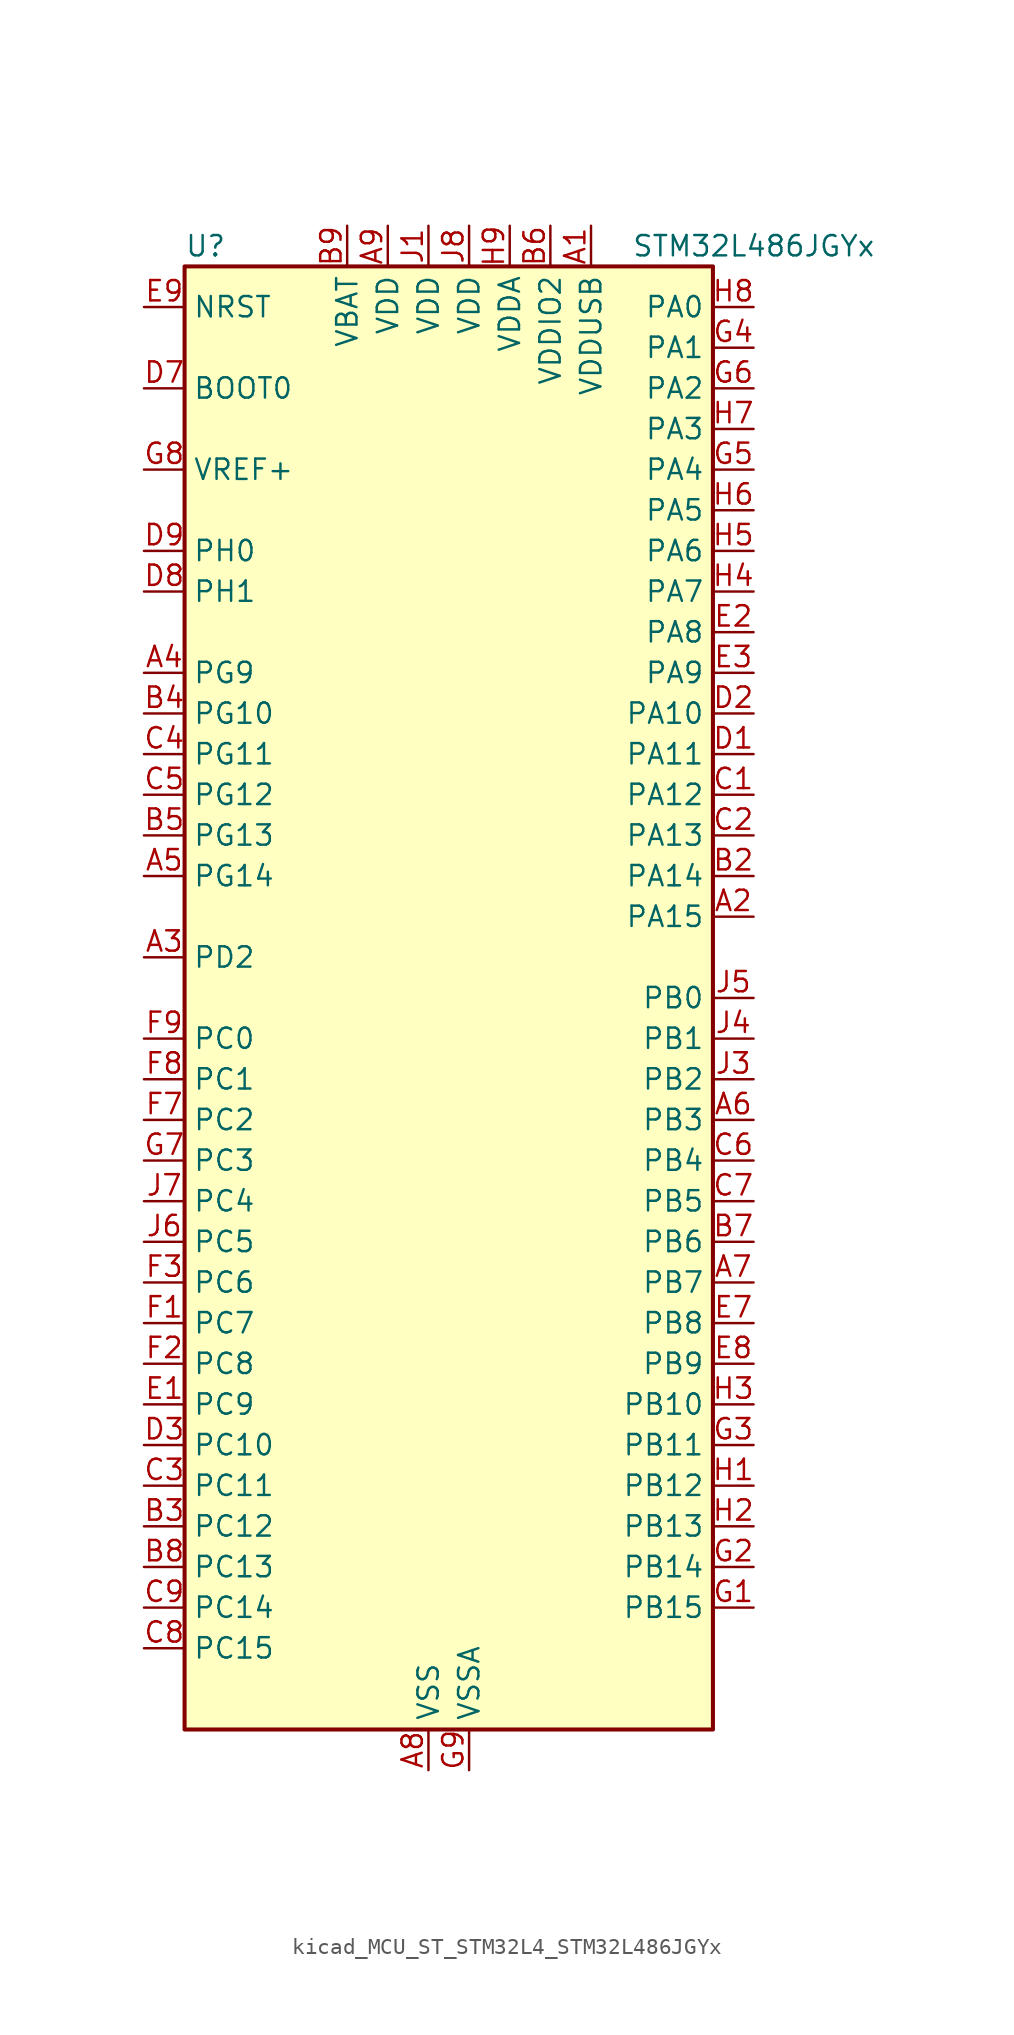
<source format=kicad_sym>
(kicad_symbol_lib
  (version 20220914)
  (generator kicad_symbol_editor)
  (symbol "kicad_MCU_ST_STM32L4_STM32L486JGYx"
    (property "Reference" "U"
      (at -15.24 46.99 0)
      (effects (font (size 1.27 1.27)) (justify left)))
    (property "Value" "STM32L486JGYx"
      (at 12.7 46.99 0)
      (effects (font (size 1.27 1.27)) (justify left)))
    (property "ki_locked" ""
      (at 0 0 0)
      (effects (font (size 1.27 1.27))))
    (symbol "kicad_MCU_ST_STM32L4_STM32L486JGYx_0_1"
      (rectangle (start -15.24 -45.72) (end 17.78 45.72) (stroke (width 0.254) (type default)) (fill (type background))))
    (symbol "kicad_MCU_ST_STM32L4_STM32L486JGYx_1_1"
      (pin power_in line (at 10.16 48.26 270) (length 2.54) (name "VDDUSB" (effects (font (size 1.27 1.27)))) (number "A1" (effects (font (size 1.27 1.27)))))
      (pin bidirectional line (at 20.32 5.08 180) (length 2.54) (name "PA15" (effects (font (size 1.27 1.27)))) (number "A2" (effects (font (size 1.27 1.27)))) (alternate "ADC1_EXTI15" bidirectional line) (alternate "ADC2_EXTI15" bidirectional line) (alternate "ADC3_EXTI15" bidirectional line) (alternate "LCD_SEG17" bidirectional line) (alternate "SAI2_FS_B" bidirectional line) (alternate "SPI1_NSS" bidirectional line) (alternate "SPI3_NSS" bidirectional line) (alternate "SYS_JTDI" bidirectional line) (alternate "TIM2_CH1" bidirectional line) (alternate "TIM2_ETR" bidirectional line) (alternate "TSC_G3_IO1" bidirectional line) (alternate "UART4_DE" bidirectional line) (alternate "UART4_RTS" bidirectional line))
      (pin bidirectional line (at -17.78 2.54 0) (length 2.54) (name "PD2" (effects (font (size 1.27 1.27)))) (number "A3" (effects (font (size 1.27 1.27)))) (alternate "LCD_COM7" bidirectional line) (alternate "LCD_SEG31" bidirectional line) (alternate "LCD_SEG43" bidirectional line) (alternate "SDMMC1_CMD" bidirectional line) (alternate "TIM3_ETR" bidirectional line) (alternate "TSC_SYNC" bidirectional line) (alternate "UART5_RX" bidirectional line) (alternate "USART3_DE" bidirectional line) (alternate "USART3_RTS" bidirectional line))
      (pin bidirectional line (at -17.78 20.32 0) (length 2.54) (name "PG9" (effects (font (size 1.27 1.27)))) (number "A4" (effects (font (size 1.27 1.27)))) (alternate "DAC1_EXTI9" bidirectional line) (alternate "SAI2_SCK_A" bidirectional line) (alternate "SPI3_SCK" bidirectional line) (alternate "TIM15_CH1N" bidirectional line) (alternate "USART1_TX" bidirectional line))
      (pin bidirectional line (at -17.78 7.62 0) (length 2.54) (name "PG14" (effects (font (size 1.27 1.27)))) (number "A5" (effects (font (size 1.27 1.27)))) (alternate "I2C1_SCL" bidirectional line))
      (pin bidirectional line (at 20.32 -7.62 180) (length 2.54) (name "PB3" (effects (font (size 1.27 1.27)))) (number "A6" (effects (font (size 1.27 1.27)))) (alternate "COMP2_INM" bidirectional line) (alternate "LCD_SEG7" bidirectional line) (alternate "SAI1_SCK_B" bidirectional line) (alternate "SPI1_SCK" bidirectional line) (alternate "SPI3_SCK" bidirectional line) (alternate "SYS_JTDO-SWO" bidirectional line) (alternate "TIM2_CH2" bidirectional line) (alternate "USART1_DE" bidirectional line) (alternate "USART1_RTS" bidirectional line))
      (pin bidirectional line (at 20.32 -17.78 180) (length 2.54) (name "PB7" (effects (font (size 1.27 1.27)))) (number "A7" (effects (font (size 1.27 1.27)))) (alternate "COMP2_INM" bidirectional line) (alternate "DFSDM1_CKIN5" bidirectional line) (alternate "I2C1_SDA" bidirectional line) (alternate "LCD_SEG21" bidirectional line) (alternate "LPTIM1_IN2" bidirectional line) (alternate "SYS_PVD_IN" bidirectional line) (alternate "TIM17_CH1N" bidirectional line) (alternate "TIM4_CH2" bidirectional line) (alternate "TIM8_BKIN" bidirectional line) (alternate "TIM8_BKIN_COMP1" bidirectional line) (alternate "TSC_G2_IO4" bidirectional line) (alternate "UART4_CTS" bidirectional line) (alternate "USART1_RX" bidirectional line))
      (pin power_in line (at 0 -48.26 90) (length 2.54) (name "VSS" (effects (font (size 1.27 1.27)))) (number "A8" (effects (font (size 1.27 1.27)))))
      (pin power_in line (at -2.54 48.26 270) (length 2.54) (name "VDD" (effects (font (size 1.27 1.27)))) (number "A9" (effects (font (size 1.27 1.27)))))
      (pin passive line (at 0 -48.26 90) (length 2.54) hide (name "VSS" (effects (font (size 1.27 1.27)))) (number "B1" (effects (font (size 1.27 1.27)))))
      (pin bidirectional line (at 20.32 7.62 180) (length 2.54) (name "PA14" (effects (font (size 1.27 1.27)))) (number "B2" (effects (font (size 1.27 1.27)))) (alternate "SYS_JTCK-SWCLK" bidirectional line))
      (pin bidirectional line (at -17.78 -33.02 0) (length 2.54) (name "PC12" (effects (font (size 1.27 1.27)))) (number "B3" (effects (font (size 1.27 1.27)))) (alternate "LCD_COM6" bidirectional line) (alternate "LCD_SEG30" bidirectional line) (alternate "LCD_SEG42" bidirectional line) (alternate "SAI2_SD_B" bidirectional line) (alternate "SDMMC1_CK" bidirectional line) (alternate "SPI3_MOSI" bidirectional line) (alternate "TSC_G3_IO4" bidirectional line) (alternate "UART5_TX" bidirectional line) (alternate "USART3_CK" bidirectional line))
      (pin bidirectional line (at -17.78 17.78 0) (length 2.54) (name "PG10" (effects (font (size 1.27 1.27)))) (number "B4" (effects (font (size 1.27 1.27)))) (alternate "LPTIM1_IN1" bidirectional line) (alternate "SAI2_FS_A" bidirectional line) (alternate "SPI3_MISO" bidirectional line) (alternate "TIM15_CH1" bidirectional line) (alternate "USART1_RX" bidirectional line))
      (pin bidirectional line (at -17.78 10.16 0) (length 2.54) (name "PG13" (effects (font (size 1.27 1.27)))) (number "B5" (effects (font (size 1.27 1.27)))) (alternate "I2C1_SDA" bidirectional line) (alternate "USART1_CK" bidirectional line))
      (pin power_in line (at 7.62 48.26 270) (length 2.54) (name "VDDIO2" (effects (font (size 1.27 1.27)))) (number "B6" (effects (font (size 1.27 1.27)))))
      (pin bidirectional line (at 20.32 -15.24 180) (length 2.54) (name "PB6" (effects (font (size 1.27 1.27)))) (number "B7" (effects (font (size 1.27 1.27)))) (alternate "COMP2_INP" bidirectional line) (alternate "DFSDM1_DATIN5" bidirectional line) (alternate "I2C1_SCL" bidirectional line) (alternate "LPTIM1_ETR" bidirectional line) (alternate "SAI1_FS_B" bidirectional line) (alternate "TIM16_CH1N" bidirectional line) (alternate "TIM4_CH1" bidirectional line) (alternate "TIM8_BKIN2" bidirectional line) (alternate "TIM8_BKIN2_COMP2" bidirectional line) (alternate "TSC_G2_IO3" bidirectional line) (alternate "USART1_TX" bidirectional line))
      (pin bidirectional line (at -17.78 -35.56 0) (length 2.54) (name "PC13" (effects (font (size 1.27 1.27)))) (number "B8" (effects (font (size 1.27 1.27)))) (alternate "RTC_OUT_ALARM" bidirectional line) (alternate "RTC_OUT_CALIB" bidirectional line) (alternate "RTC_TAMP1" bidirectional line) (alternate "RTC_TS" bidirectional line) (alternate "SYS_WKUP2" bidirectional line))
      (pin power_in line (at -5.08 48.26 270) (length 2.54) (name "VBAT" (effects (font (size 1.27 1.27)))) (number "B9" (effects (font (size 1.27 1.27)))))
      (pin bidirectional line (at 20.32 12.7 180) (length 2.54) (name "PA12" (effects (font (size 1.27 1.27)))) (number "C1" (effects (font (size 1.27 1.27)))) (alternate "CAN1_TX" bidirectional line) (alternate "TIM1_ETR" bidirectional line) (alternate "USART1_DE" bidirectional line) (alternate "USART1_RTS" bidirectional line) (alternate "USB_OTG_FS_DP" bidirectional line))
      (pin bidirectional line (at 20.32 10.16 180) (length 2.54) (name "PA13" (effects (font (size 1.27 1.27)))) (number "C2" (effects (font (size 1.27 1.27)))) (alternate "IR_OUT" bidirectional line) (alternate "SYS_JTMS-SWDIO" bidirectional line) (alternate "USB_OTG_FS_NOE" bidirectional line))
      (pin bidirectional line (at -17.78 -30.48 0) (length 2.54) (name "PC11" (effects (font (size 1.27 1.27)))) (number "C3" (effects (font (size 1.27 1.27)))) (alternate "ADC1_EXTI11" bidirectional line) (alternate "ADC2_EXTI11" bidirectional line) (alternate "ADC3_EXTI11" bidirectional line) (alternate "LCD_COM5" bidirectional line) (alternate "LCD_SEG29" bidirectional line) (alternate "LCD_SEG41" bidirectional line) (alternate "SAI2_MCLK_B" bidirectional line) (alternate "SDMMC1_D3" bidirectional line) (alternate "SPI3_MISO" bidirectional line) (alternate "TSC_G3_IO3" bidirectional line) (alternate "UART4_RX" bidirectional line) (alternate "USART3_RX" bidirectional line))
      (pin bidirectional line (at -17.78 15.24 0) (length 2.54) (name "PG11" (effects (font (size 1.27 1.27)))) (number "C4" (effects (font (size 1.27 1.27)))) (alternate "ADC1_EXTI11" bidirectional line) (alternate "ADC2_EXTI11" bidirectional line) (alternate "ADC3_EXTI11" bidirectional line) (alternate "LPTIM1_IN2" bidirectional line) (alternate "SAI2_MCLK_A" bidirectional line) (alternate "SPI3_MOSI" bidirectional line) (alternate "TIM15_CH2" bidirectional line) (alternate "USART1_CTS" bidirectional line))
      (pin bidirectional line (at -17.78 12.7 0) (length 2.54) (name "PG12" (effects (font (size 1.27 1.27)))) (number "C5" (effects (font (size 1.27 1.27)))) (alternate "LPTIM1_ETR" bidirectional line) (alternate "SAI2_SD_A" bidirectional line) (alternate "SPI3_NSS" bidirectional line) (alternate "USART1_DE" bidirectional line) (alternate "USART1_RTS" bidirectional line))
      (pin bidirectional line (at 20.32 -10.16 180) (length 2.54) (name "PB4" (effects (font (size 1.27 1.27)))) (number "C6" (effects (font (size 1.27 1.27)))) (alternate "COMP2_INP" bidirectional line) (alternate "LCD_SEG8" bidirectional line) (alternate "SAI1_MCLK_B" bidirectional line) (alternate "SPI1_MISO" bidirectional line) (alternate "SPI3_MISO" bidirectional line) (alternate "SYS_JTRST" bidirectional line) (alternate "TIM17_BKIN" bidirectional line) (alternate "TIM3_CH1" bidirectional line) (alternate "TSC_G2_IO1" bidirectional line) (alternate "UART5_DE" bidirectional line) (alternate "UART5_RTS" bidirectional line) (alternate "USART1_CTS" bidirectional line))
      (pin bidirectional line (at 20.32 -12.7 180) (length 2.54) (name "PB5" (effects (font (size 1.27 1.27)))) (number "C7" (effects (font (size 1.27 1.27)))) (alternate "COMP2_OUT" bidirectional line) (alternate "I2C1_SMBA" bidirectional line) (alternate "LCD_SEG9" bidirectional line) (alternate "LPTIM1_IN1" bidirectional line) (alternate "SAI1_SD_B" bidirectional line) (alternate "SPI1_MOSI" bidirectional line) (alternate "SPI3_MOSI" bidirectional line) (alternate "TIM16_BKIN" bidirectional line) (alternate "TIM3_CH2" bidirectional line) (alternate "TSC_G2_IO2" bidirectional line) (alternate "UART5_CTS" bidirectional line) (alternate "USART1_CK" bidirectional line))
      (pin bidirectional line (at -17.78 -40.64 0) (length 2.54) (name "PC15" (effects (font (size 1.27 1.27)))) (number "C8" (effects (font (size 1.27 1.27)))) (alternate "ADC1_EXTI15" bidirectional line) (alternate "ADC2_EXTI15" bidirectional line) (alternate "ADC3_EXTI15" bidirectional line) (alternate "RCC_OSC32_OUT" bidirectional line))
      (pin bidirectional line (at -17.78 -38.1 0) (length 2.54) (name "PC14" (effects (font (size 1.27 1.27)))) (number "C9" (effects (font (size 1.27 1.27)))) (alternate "RCC_OSC32_IN" bidirectional line))
      (pin bidirectional line (at 20.32 15.24 180) (length 2.54) (name "PA11" (effects (font (size 1.27 1.27)))) (number "D1" (effects (font (size 1.27 1.27)))) (alternate "ADC1_EXTI11" bidirectional line) (alternate "ADC2_EXTI11" bidirectional line) (alternate "ADC3_EXTI11" bidirectional line) (alternate "CAN1_RX" bidirectional line) (alternate "TIM1_BKIN2" bidirectional line) (alternate "TIM1_BKIN2_COMP1" bidirectional line) (alternate "TIM1_CH4" bidirectional line) (alternate "USART1_CTS" bidirectional line) (alternate "USB_OTG_FS_DM" bidirectional line))
      (pin bidirectional line (at 20.32 17.78 180) (length 2.54) (name "PA10" (effects (font (size 1.27 1.27)))) (number "D2" (effects (font (size 1.27 1.27)))) (alternate "LCD_COM2" bidirectional line) (alternate "TIM17_BKIN" bidirectional line) (alternate "TIM1_CH3" bidirectional line) (alternate "USART1_RX" bidirectional line) (alternate "USB_OTG_FS_ID" bidirectional line))
      (pin bidirectional line (at -17.78 -27.94 0) (length 2.54) (name "PC10" (effects (font (size 1.27 1.27)))) (number "D3" (effects (font (size 1.27 1.27)))) (alternate "LCD_COM4" bidirectional line) (alternate "LCD_SEG28" bidirectional line) (alternate "LCD_SEG40" bidirectional line) (alternate "SAI2_SCK_B" bidirectional line) (alternate "SDMMC1_D2" bidirectional line) (alternate "SPI3_SCK" bidirectional line) (alternate "TSC_G3_IO2" bidirectional line) (alternate "UART4_TX" bidirectional line) (alternate "USART3_TX" bidirectional line))
      (pin input line (at -17.78 38.1 0) (length 2.54) (name "BOOT0" (effects (font (size 1.27 1.27)))) (number "D7" (effects (font (size 1.27 1.27)))))
      (pin bidirectional line (at -17.78 25.4 0) (length 2.54) (name "PH1" (effects (font (size 1.27 1.27)))) (number "D8" (effects (font (size 1.27 1.27)))) (alternate "RCC_OSC_OUT" bidirectional line))
      (pin bidirectional line (at -17.78 27.94 0) (length 2.54) (name "PH0" (effects (font (size 1.27 1.27)))) (number "D9" (effects (font (size 1.27 1.27)))) (alternate "RCC_OSC_IN" bidirectional line))
      (pin bidirectional line (at -17.78 -25.4 0) (length 2.54) (name "PC9" (effects (font (size 1.27 1.27)))) (number "E1" (effects (font (size 1.27 1.27)))) (alternate "DAC1_EXTI9" bidirectional line) (alternate "LCD_SEG27" bidirectional line) (alternate "SAI2_EXTCLK" bidirectional line) (alternate "SDMMC1_D1" bidirectional line) (alternate "TIM3_CH4" bidirectional line) (alternate "TIM8_BKIN2" bidirectional line) (alternate "TIM8_BKIN2_COMP1" bidirectional line) (alternate "TIM8_CH4" bidirectional line) (alternate "TSC_G4_IO4" bidirectional line) (alternate "USB_OTG_FS_NOE" bidirectional line))
      (pin bidirectional line (at 20.32 22.86 180) (length 2.54) (name "PA8" (effects (font (size 1.27 1.27)))) (number "E2" (effects (font (size 1.27 1.27)))) (alternate "LCD_COM0" bidirectional line) (alternate "LPTIM2_OUT" bidirectional line) (alternate "RCC_MCO" bidirectional line) (alternate "TIM1_CH1" bidirectional line) (alternate "USART1_CK" bidirectional line) (alternate "USB_OTG_FS_SOF" bidirectional line))
      (pin bidirectional line (at 20.32 20.32 180) (length 2.54) (name "PA9" (effects (font (size 1.27 1.27)))) (number "E3" (effects (font (size 1.27 1.27)))) (alternate "DAC1_EXTI9" bidirectional line) (alternate "LCD_COM1" bidirectional line) (alternate "TIM15_BKIN" bidirectional line) (alternate "TIM1_CH2" bidirectional line) (alternate "USART1_TX" bidirectional line) (alternate "USB_OTG_FS_VBUS" bidirectional line))
      (pin bidirectional line (at 20.32 -20.32 180) (length 2.54) (name "PB8" (effects (font (size 1.27 1.27)))) (number "E7" (effects (font (size 1.27 1.27)))) (alternate "CAN1_RX" bidirectional line) (alternate "DFSDM1_DATIN6" bidirectional line) (alternate "I2C1_SCL" bidirectional line) (alternate "LCD_SEG16" bidirectional line) (alternate "SAI1_MCLK_A" bidirectional line) (alternate "SDMMC1_D4" bidirectional line) (alternate "TIM16_CH1" bidirectional line) (alternate "TIM4_CH3" bidirectional line))
      (pin bidirectional line (at 20.32 -22.86 180) (length 2.54) (name "PB9" (effects (font (size 1.27 1.27)))) (number "E8" (effects (font (size 1.27 1.27)))) (alternate "CAN1_TX" bidirectional line) (alternate "DAC1_EXTI9" bidirectional line) (alternate "DFSDM1_CKIN6" bidirectional line) (alternate "I2C1_SDA" bidirectional line) (alternate "IR_OUT" bidirectional line) (alternate "LCD_COM3" bidirectional line) (alternate "SAI1_FS_A" bidirectional line) (alternate "SDMMC1_D5" bidirectional line) (alternate "SPI2_NSS" bidirectional line) (alternate "TIM17_CH1" bidirectional line) (alternate "TIM4_CH4" bidirectional line))
      (pin input line (at -17.78 43.18 0) (length 2.54) (name "NRST" (effects (font (size 1.27 1.27)))) (number "E9" (effects (font (size 1.27 1.27)))))
      (pin bidirectional line (at -17.78 -20.32 0) (length 2.54) (name "PC7" (effects (font (size 1.27 1.27)))) (number "F1" (effects (font (size 1.27 1.27)))) (alternate "DFSDM1_DATIN3" bidirectional line) (alternate "LCD_SEG25" bidirectional line) (alternate "SAI2_MCLK_B" bidirectional line) (alternate "SDMMC1_D7" bidirectional line) (alternate "TIM3_CH2" bidirectional line) (alternate "TIM8_CH2" bidirectional line) (alternate "TSC_G4_IO2" bidirectional line))
      (pin bidirectional line (at -17.78 -22.86 0) (length 2.54) (name "PC8" (effects (font (size 1.27 1.27)))) (number "F2" (effects (font (size 1.27 1.27)))) (alternate "LCD_SEG26" bidirectional line) (alternate "SDMMC1_D0" bidirectional line) (alternate "TIM3_CH3" bidirectional line) (alternate "TIM8_CH3" bidirectional line) (alternate "TSC_G4_IO3" bidirectional line))
      (pin bidirectional line (at -17.78 -17.78 0) (length 2.54) (name "PC6" (effects (font (size 1.27 1.27)))) (number "F3" (effects (font (size 1.27 1.27)))) (alternate "DFSDM1_CKIN3" bidirectional line) (alternate "LCD_SEG24" bidirectional line) (alternate "SAI2_MCLK_A" bidirectional line) (alternate "SDMMC1_D6" bidirectional line) (alternate "TIM3_CH1" bidirectional line) (alternate "TIM8_CH1" bidirectional line) (alternate "TSC_G4_IO1" bidirectional line))
      (pin bidirectional line (at -17.78 -7.62 0) (length 2.54) (name "PC2" (effects (font (size 1.27 1.27)))) (number "F7" (effects (font (size 1.27 1.27)))) (alternate "ADC1_IN3" bidirectional line) (alternate "ADC2_IN3" bidirectional line) (alternate "ADC3_IN3" bidirectional line) (alternate "DFSDM1_CKOUT" bidirectional line) (alternate "LCD_SEG20" bidirectional line) (alternate "LPTIM1_IN2" bidirectional line) (alternate "SPI2_MISO" bidirectional line))
      (pin bidirectional line (at -17.78 -5.08 0) (length 2.54) (name "PC1" (effects (font (size 1.27 1.27)))) (number "F8" (effects (font (size 1.27 1.27)))) (alternate "ADC1_IN2" bidirectional line) (alternate "ADC2_IN2" bidirectional line) (alternate "ADC3_IN2" bidirectional line) (alternate "DFSDM1_CKIN4" bidirectional line) (alternate "I2C3_SDA" bidirectional line) (alternate "LCD_SEG19" bidirectional line) (alternate "LPTIM1_OUT" bidirectional line) (alternate "LPUART1_TX" bidirectional line))
      (pin bidirectional line (at -17.78 -2.54 0) (length 2.54) (name "PC0" (effects (font (size 1.27 1.27)))) (number "F9" (effects (font (size 1.27 1.27)))) (alternate "ADC1_IN1" bidirectional line) (alternate "ADC2_IN1" bidirectional line) (alternate "ADC3_IN1" bidirectional line) (alternate "DFSDM1_DATIN4" bidirectional line) (alternate "I2C3_SCL" bidirectional line) (alternate "LCD_SEG18" bidirectional line) (alternate "LPTIM1_IN1" bidirectional line) (alternate "LPTIM2_IN1" bidirectional line) (alternate "LPUART1_RX" bidirectional line))
      (pin bidirectional line (at 20.32 -38.1 180) (length 2.54) (name "PB15" (effects (font (size 1.27 1.27)))) (number "G1" (effects (font (size 1.27 1.27)))) (alternate "ADC1_EXTI15" bidirectional line) (alternate "ADC2_EXTI15" bidirectional line) (alternate "ADC3_EXTI15" bidirectional line) (alternate "DFSDM1_CKIN2" bidirectional line) (alternate "LCD_SEG15" bidirectional line) (alternate "RTC_REFIN" bidirectional line) (alternate "SAI2_SD_A" bidirectional line) (alternate "SPI2_MOSI" bidirectional line) (alternate "SWPMI1_SUSPEND" bidirectional line) (alternate "TIM15_CH2" bidirectional line) (alternate "TIM1_CH3N" bidirectional line) (alternate "TIM8_CH3N" bidirectional line) (alternate "TSC_G1_IO4" bidirectional line))
      (pin bidirectional line (at 20.32 -35.56 180) (length 2.54) (name "PB14" (effects (font (size 1.27 1.27)))) (number "G2" (effects (font (size 1.27 1.27)))) (alternate "DFSDM1_DATIN2" bidirectional line) (alternate "I2C2_SDA" bidirectional line) (alternate "LCD_SEG14" bidirectional line) (alternate "SAI2_MCLK_A" bidirectional line) (alternate "SPI2_MISO" bidirectional line) (alternate "SWPMI1_RX" bidirectional line) (alternate "TIM15_CH1" bidirectional line) (alternate "TIM1_CH2N" bidirectional line) (alternate "TIM8_CH2N" bidirectional line) (alternate "TSC_G1_IO3" bidirectional line) (alternate "USART3_DE" bidirectional line) (alternate "USART3_RTS" bidirectional line))
      (pin bidirectional line (at 20.32 -27.94 180) (length 2.54) (name "PB11" (effects (font (size 1.27 1.27)))) (number "G3" (effects (font (size 1.27 1.27)))) (alternate "ADC1_EXTI11" bidirectional line) (alternate "ADC2_EXTI11" bidirectional line) (alternate "ADC3_EXTI11" bidirectional line) (alternate "COMP2_OUT" bidirectional line) (alternate "DFSDM1_CKIN7" bidirectional line) (alternate "I2C2_SDA" bidirectional line) (alternate "LCD_SEG11" bidirectional line) (alternate "LPUART1_TX" bidirectional line) (alternate "QUADSPI_NCS" bidirectional line) (alternate "TIM2_CH4" bidirectional line) (alternate "USART3_RX" bidirectional line))
      (pin bidirectional line (at 20.32 40.64 180) (length 2.54) (name "PA1" (effects (font (size 1.27 1.27)))) (number "G4" (effects (font (size 1.27 1.27)))) (alternate "ADC1_IN6" bidirectional line) (alternate "ADC2_IN6" bidirectional line) (alternate "LCD_SEG0" bidirectional line) (alternate "OPAMP1_VINM" bidirectional line) (alternate "TIM15_CH1N" bidirectional line) (alternate "TIM2_CH2" bidirectional line) (alternate "TIM5_CH2" bidirectional line) (alternate "UART4_RX" bidirectional line) (alternate "USART2_DE" bidirectional line) (alternate "USART2_RTS" bidirectional line))
      (pin bidirectional line (at 20.32 33.02 180) (length 2.54) (name "PA4" (effects (font (size 1.27 1.27)))) (number "G5" (effects (font (size 1.27 1.27)))) (alternate "ADC1_IN9" bidirectional line) (alternate "ADC2_IN9" bidirectional line) (alternate "DAC1_OUT1" bidirectional line) (alternate "LPTIM2_OUT" bidirectional line) (alternate "SAI1_FS_B" bidirectional line) (alternate "SPI1_NSS" bidirectional line) (alternate "SPI3_NSS" bidirectional line) (alternate "USART2_CK" bidirectional line))
      (pin bidirectional line (at 20.32 38.1 180) (length 2.54) (name "PA2" (effects (font (size 1.27 1.27)))) (number "G6" (effects (font (size 1.27 1.27)))) (alternate "ADC1_IN7" bidirectional line) (alternate "ADC2_IN7" bidirectional line) (alternate "LCD_SEG1" bidirectional line) (alternate "RCC_LSCO" bidirectional line) (alternate "SAI2_EXTCLK" bidirectional line) (alternate "SYS_WKUP4" bidirectional line) (alternate "TIM15_CH1" bidirectional line) (alternate "TIM2_CH3" bidirectional line) (alternate "TIM5_CH3" bidirectional line) (alternate "USART2_TX" bidirectional line))
      (pin bidirectional line (at -17.78 -10.16 0) (length 2.54) (name "PC3" (effects (font (size 1.27 1.27)))) (number "G7" (effects (font (size 1.27 1.27)))) (alternate "ADC1_IN4" bidirectional line) (alternate "ADC2_IN4" bidirectional line) (alternate "ADC3_IN4" bidirectional line) (alternate "LCD_VLCD" bidirectional line) (alternate "LPTIM1_ETR" bidirectional line) (alternate "LPTIM2_ETR" bidirectional line) (alternate "SAI1_SD_A" bidirectional line) (alternate "SPI2_MOSI" bidirectional line))
      (pin input line (at -17.78 33.02 0) (length 2.54) (name "VREF+" (effects (font (size 1.27 1.27)))) (number "G8" (effects (font (size 1.27 1.27)))) (alternate "VREFBUF_OUT" bidirectional line))
      (pin power_in line (at 2.54 -48.26 90) (length 2.54) (name "VSSA" (effects (font (size 1.27 1.27)))) (number "G9" (effects (font (size 1.27 1.27)))))
      (pin bidirectional line (at 20.32 -30.48 180) (length 2.54) (name "PB12" (effects (font (size 1.27 1.27)))) (number "H1" (effects (font (size 1.27 1.27)))) (alternate "DFSDM1_DATIN1" bidirectional line) (alternate "I2C2_SMBA" bidirectional line) (alternate "LCD_SEG12" bidirectional line) (alternate "LPUART1_DE" bidirectional line) (alternate "LPUART1_RTS" bidirectional line) (alternate "SAI2_FS_A" bidirectional line) (alternate "SPI2_NSS" bidirectional line) (alternate "SWPMI1_IO" bidirectional line) (alternate "TIM15_BKIN" bidirectional line) (alternate "TIM1_BKIN" bidirectional line) (alternate "TIM1_BKIN_COMP2" bidirectional line) (alternate "TSC_G1_IO1" bidirectional line) (alternate "USART3_CK" bidirectional line))
      (pin bidirectional line (at 20.32 -33.02 180) (length 2.54) (name "PB13" (effects (font (size 1.27 1.27)))) (number "H2" (effects (font (size 1.27 1.27)))) (alternate "DFSDM1_CKIN1" bidirectional line) (alternate "I2C2_SCL" bidirectional line) (alternate "LCD_SEG13" bidirectional line) (alternate "LPUART1_CTS" bidirectional line) (alternate "SAI2_SCK_A" bidirectional line) (alternate "SPI2_SCK" bidirectional line) (alternate "SWPMI1_TX" bidirectional line) (alternate "TIM15_CH1N" bidirectional line) (alternate "TIM1_CH1N" bidirectional line) (alternate "TSC_G1_IO2" bidirectional line) (alternate "USART3_CTS" bidirectional line))
      (pin bidirectional line (at 20.32 -25.4 180) (length 2.54) (name "PB10" (effects (font (size 1.27 1.27)))) (number "H3" (effects (font (size 1.27 1.27)))) (alternate "COMP1_OUT" bidirectional line) (alternate "DFSDM1_DATIN7" bidirectional line) (alternate "I2C2_SCL" bidirectional line) (alternate "LCD_SEG10" bidirectional line) (alternate "LPUART1_RX" bidirectional line) (alternate "QUADSPI_CLK" bidirectional line) (alternate "SAI1_SCK_A" bidirectional line) (alternate "SPI2_SCK" bidirectional line) (alternate "TIM2_CH3" bidirectional line) (alternate "USART3_TX" bidirectional line))
      (pin bidirectional line (at 20.32 25.4 180) (length 2.54) (name "PA7" (effects (font (size 1.27 1.27)))) (number "H4" (effects (font (size 1.27 1.27)))) (alternate "ADC1_IN12" bidirectional line) (alternate "ADC2_IN12" bidirectional line) (alternate "LCD_SEG4" bidirectional line) (alternate "OPAMP2_VINM" bidirectional line) (alternate "QUADSPI_BK1_IO2" bidirectional line) (alternate "SPI1_MOSI" bidirectional line) (alternate "TIM17_CH1" bidirectional line) (alternate "TIM1_CH1N" bidirectional line) (alternate "TIM3_CH2" bidirectional line) (alternate "TIM8_CH1N" bidirectional line))
      (pin bidirectional line (at 20.32 27.94 180) (length 2.54) (name "PA6" (effects (font (size 1.27 1.27)))) (number "H5" (effects (font (size 1.27 1.27)))) (alternate "ADC1_IN11" bidirectional line) (alternate "ADC2_IN11" bidirectional line) (alternate "LCD_SEG3" bidirectional line) (alternate "OPAMP2_VINP" bidirectional line) (alternate "QUADSPI_BK1_IO3" bidirectional line) (alternate "SPI1_MISO" bidirectional line) (alternate "TIM16_CH1" bidirectional line) (alternate "TIM1_BKIN" bidirectional line) (alternate "TIM1_BKIN_COMP2" bidirectional line) (alternate "TIM3_CH1" bidirectional line) (alternate "TIM8_BKIN" bidirectional line) (alternate "TIM8_BKIN_COMP2" bidirectional line) (alternate "USART3_CTS" bidirectional line))
      (pin bidirectional line (at 20.32 30.48 180) (length 2.54) (name "PA5" (effects (font (size 1.27 1.27)))) (number "H6" (effects (font (size 1.27 1.27)))) (alternate "ADC1_IN10" bidirectional line) (alternate "ADC2_IN10" bidirectional line) (alternate "DAC1_OUT2" bidirectional line) (alternate "LPTIM2_ETR" bidirectional line) (alternate "SPI1_SCK" bidirectional line) (alternate "TIM2_CH1" bidirectional line) (alternate "TIM2_ETR" bidirectional line) (alternate "TIM8_CH1N" bidirectional line))
      (pin bidirectional line (at 20.32 35.56 180) (length 2.54) (name "PA3" (effects (font (size 1.27 1.27)))) (number "H7" (effects (font (size 1.27 1.27)))) (alternate "ADC1_IN8" bidirectional line) (alternate "ADC2_IN8" bidirectional line) (alternate "LCD_SEG2" bidirectional line) (alternate "OPAMP1_VOUT" bidirectional line) (alternate "TIM15_CH2" bidirectional line) (alternate "TIM2_CH4" bidirectional line) (alternate "TIM5_CH4" bidirectional line) (alternate "USART2_RX" bidirectional line))
      (pin bidirectional line (at 20.32 43.18 180) (length 2.54) (name "PA0" (effects (font (size 1.27 1.27)))) (number "H8" (effects (font (size 1.27 1.27)))) (alternate "ADC1_IN5" bidirectional line) (alternate "ADC2_IN5" bidirectional line) (alternate "OPAMP1_VINP" bidirectional line) (alternate "RTC_TAMP2" bidirectional line) (alternate "SAI1_EXTCLK" bidirectional line) (alternate "SYS_WKUP1" bidirectional line) (alternate "TIM2_CH1" bidirectional line) (alternate "TIM2_ETR" bidirectional line) (alternate "TIM5_CH1" bidirectional line) (alternate "TIM8_ETR" bidirectional line) (alternate "UART4_TX" bidirectional line) (alternate "USART2_CTS" bidirectional line))
      (pin power_in line (at 5.08 48.26 270) (length 2.54) (name "VDDA" (effects (font (size 1.27 1.27)))) (number "H9" (effects (font (size 1.27 1.27)))))
      (pin power_in line (at 0 48.26 270) (length 2.54) (name "VDD" (effects (font (size 1.27 1.27)))) (number "J1" (effects (font (size 1.27 1.27)))))
      (pin passive line (at 0 -48.26 90) (length 2.54) hide (name "VSS" (effects (font (size 1.27 1.27)))) (number "J2" (effects (font (size 1.27 1.27)))))
      (pin bidirectional line (at 20.32 -5.08 180) (length 2.54) (name "PB2" (effects (font (size 1.27 1.27)))) (number "J3" (effects (font (size 1.27 1.27)))) (alternate "COMP1_INP" bidirectional line) (alternate "DFSDM1_CKIN0" bidirectional line) (alternate "I2C3_SMBA" bidirectional line) (alternate "LPTIM1_OUT" bidirectional line) (alternate "RTC_OUT_ALARM" bidirectional line) (alternate "RTC_OUT_CALIB" bidirectional line))
      (pin bidirectional line (at 20.32 -2.54 180) (length 2.54) (name "PB1" (effects (font (size 1.27 1.27)))) (number "J4" (effects (font (size 1.27 1.27)))) (alternate "ADC1_IN16" bidirectional line) (alternate "ADC2_IN16" bidirectional line) (alternate "COMP1_INM" bidirectional line) (alternate "DFSDM1_DATIN0" bidirectional line) (alternate "LCD_SEG6" bidirectional line) (alternate "LPTIM2_IN1" bidirectional line) (alternate "QUADSPI_BK1_IO0" bidirectional line) (alternate "TIM1_CH3N" bidirectional line) (alternate "TIM3_CH4" bidirectional line) (alternate "TIM8_CH3N" bidirectional line) (alternate "USART3_DE" bidirectional line) (alternate "USART3_RTS" bidirectional line))
      (pin bidirectional line (at 20.32 0 180) (length 2.54) (name "PB0" (effects (font (size 1.27 1.27)))) (number "J5" (effects (font (size 1.27 1.27)))) (alternate "ADC1_IN15" bidirectional line) (alternate "ADC2_IN15" bidirectional line) (alternate "COMP1_OUT" bidirectional line) (alternate "LCD_SEG5" bidirectional line) (alternate "OPAMP2_VOUT" bidirectional line) (alternate "QUADSPI_BK1_IO1" bidirectional line) (alternate "TIM1_CH2N" bidirectional line) (alternate "TIM3_CH3" bidirectional line) (alternate "TIM8_CH2N" bidirectional line) (alternate "USART3_CK" bidirectional line))
      (pin bidirectional line (at -17.78 -15.24 0) (length 2.54) (name "PC5" (effects (font (size 1.27 1.27)))) (number "J6" (effects (font (size 1.27 1.27)))) (alternate "ADC1_IN14" bidirectional line) (alternate "ADC2_IN14" bidirectional line) (alternate "COMP1_INP" bidirectional line) (alternate "LCD_SEG23" bidirectional line) (alternate "SYS_WKUP5" bidirectional line) (alternate "USART3_RX" bidirectional line))
      (pin bidirectional line (at -17.78 -12.7 0) (length 2.54) (name "PC4" (effects (font (size 1.27 1.27)))) (number "J7" (effects (font (size 1.27 1.27)))) (alternate "ADC1_IN13" bidirectional line) (alternate "ADC2_IN13" bidirectional line) (alternate "COMP1_INM" bidirectional line) (alternate "LCD_SEG22" bidirectional line) (alternate "USART3_TX" bidirectional line))
      (pin power_in line (at 2.54 48.26 270) (length 2.54) (name "VDD" (effects (font (size 1.27 1.27)))) (number "J8" (effects (font (size 1.27 1.27)))))
      (pin passive line (at 0 -48.26 90) (length 2.54) hide (name "VSS" (effects (font (size 1.27 1.27)))) (number "J9" (effects (font (size 1.27 1.27))))))))
</source>
